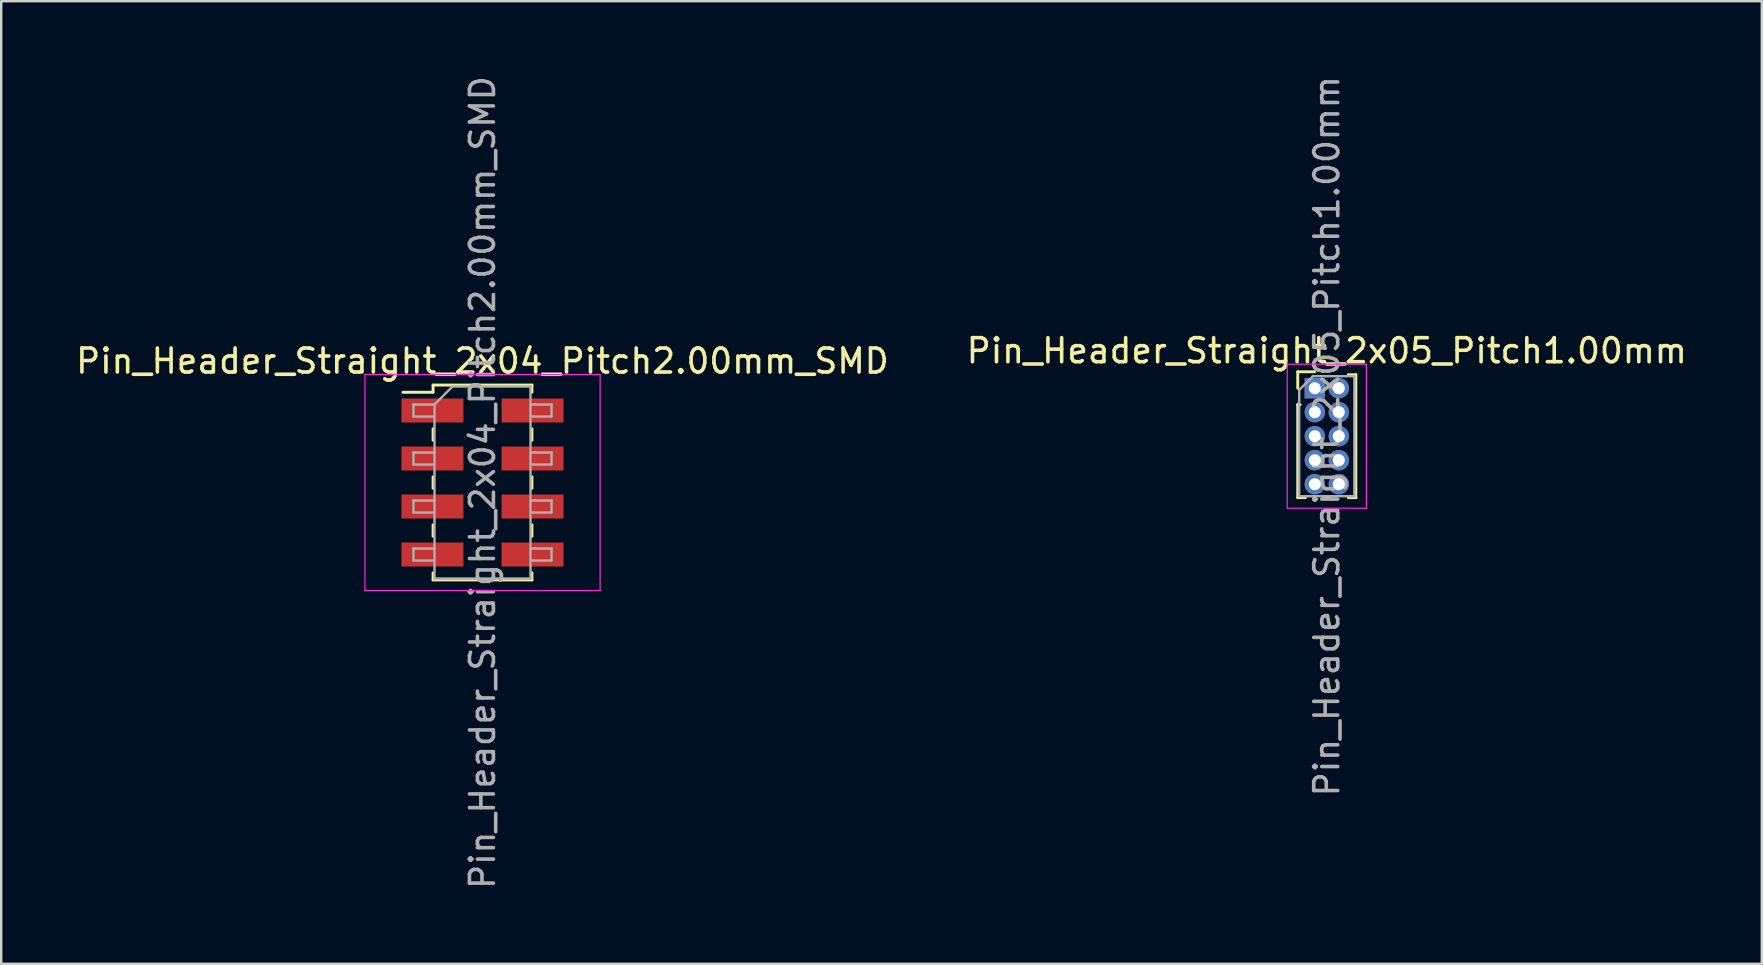
<source format=kicad_pcb>
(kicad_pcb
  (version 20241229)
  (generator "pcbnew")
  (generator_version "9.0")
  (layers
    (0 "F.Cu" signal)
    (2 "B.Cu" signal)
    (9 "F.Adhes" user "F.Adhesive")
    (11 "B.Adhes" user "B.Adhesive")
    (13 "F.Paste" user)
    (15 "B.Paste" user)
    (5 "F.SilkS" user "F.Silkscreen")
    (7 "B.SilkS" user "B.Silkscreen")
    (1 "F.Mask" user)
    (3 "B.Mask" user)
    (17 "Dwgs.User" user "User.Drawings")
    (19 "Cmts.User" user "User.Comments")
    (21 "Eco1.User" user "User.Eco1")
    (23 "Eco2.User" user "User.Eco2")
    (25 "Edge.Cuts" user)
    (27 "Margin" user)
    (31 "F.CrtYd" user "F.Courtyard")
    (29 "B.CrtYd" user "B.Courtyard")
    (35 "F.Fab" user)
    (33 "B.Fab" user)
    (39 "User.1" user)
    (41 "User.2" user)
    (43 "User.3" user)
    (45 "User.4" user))
  (footprint "Pin_Header_Straight_2x04_Pitch2.00mm_SMD"
    (layer "F.Cu")
    (at 17.054 17.054)
    (property "Reference" "Pin_Header_Straight_2x04_Pitch2.00mm_SMD" (at 0 -5.06 0) (layer "F.SilkS") (effects (font (size 1 1) (thickness 0.15))))
    (attr smd)
    (fp_line (start -3.315 -3.76) (end -2.06 -3.76) (stroke (width 0.12) (type solid)) (layer "F.SilkS"))
    (fp_line (start -2.06 -4.06) (end -2.06 -3.76) (stroke (width 0.12) (type solid)) (layer "F.SilkS"))
    (fp_line (start -2.06 -4.06) (end 2.06 -4.06) (stroke (width 0.12) (type solid)) (layer "F.SilkS"))
    (fp_line (start -2.06 -2.24) (end -2.06 -1.76) (stroke (width 0.12) (type solid)) (layer "F.SilkS"))
    (fp_line (start -2.06 -0.24) (end -2.06 0.24) (stroke (width 0.12) (type solid)) (layer "F.SilkS"))
    (fp_line (start -2.06 1.76) (end -2.06 2.24) (stroke (width 0.12) (type solid)) (layer "F.SilkS"))
    (fp_line (start -2.06 3.76) (end -2.06 4.06) (stroke (width 0.12) (type solid)) (layer "F.SilkS"))
    (fp_line (start -2.06 4.06) (end 2.06 4.06) (stroke (width 0.12) (type solid)) (layer "F.SilkS"))
    (fp_line (start 2.06 -4.06) (end 2.06 -3.76) (stroke (width 0.12) (type solid)) (layer "F.SilkS"))
    (fp_line (start 2.06 -2.24) (end 2.06 -1.76) (stroke (width 0.12) (type solid)) (layer "F.SilkS"))
    (fp_line (start 2.06 -0.24) (end 2.06 0.24) (stroke (width 0.12) (type solid)) (layer "F.SilkS"))
    (fp_line (start 2.06 1.76) (end 2.06 2.24) (stroke (width 0.12) (type solid)) (layer "F.SilkS"))
    (fp_line (start 2.06 3.76) (end 2.06 4.06) (stroke (width 0.12) (type solid)) (layer "F.SilkS"))
    (fp_line (start -4.9 -4.5) (end -4.9 4.5) (stroke (width 0.05) (type solid)) (layer "F.CrtYd"))
    (fp_line (start -4.9 4.5) (end 4.9 4.5) (stroke (width 0.05) (type solid)) (layer "F.CrtYd"))
    (fp_line (start 4.9 -4.5) (end -4.9 -4.5) (stroke (width 0.05) (type solid)) (layer "F.CrtYd"))
    (fp_line (start 4.9 4.5) (end 4.9 -4.5) (stroke (width 0.05) (type solid)) (layer "F.CrtYd"))
    (fp_line (start -2.875 -3.25) (end -2.875 -2.75) (stroke (width 0.1) (type solid)) (layer "F.Fab"))
    (fp_line (start -2.875 -2.75) (end -2 -2.75) (stroke (width 0.1) (type solid)) (layer "F.Fab"))
    (fp_line (start -2.875 -1.25) (end -2.875 -0.75) (stroke (width 0.1) (type solid)) (layer "F.Fab"))
    (fp_line (start -2.875 -0.75) (end -2 -0.75) (stroke (width 0.1) (type solid)) (layer "F.Fab"))
    (fp_line (start -2.875 0.75) (end -2.875 1.25) (stroke (width 0.1) (type solid)) (layer "F.Fab"))
    (fp_line (start -2.875 1.25) (end -2 1.25) (stroke (width 0.1) (type solid)) (layer "F.Fab"))
    (fp_line (start -2.875 2.75) (end -2.875 3.25) (stroke (width 0.1) (type solid)) (layer "F.Fab"))
    (fp_line (start -2.875 3.25) (end -2 3.25) (stroke (width 0.1) (type solid)) (layer "F.Fab"))
    (fp_line (start -2 -3.25) (end -2.875 -3.25) (stroke (width 0.1) (type solid)) (layer "F.Fab"))
    (fp_line (start -2 -3.25) (end -1.25 -4) (stroke (width 0.1) (type solid)) (layer "F.Fab"))
    (fp_line (start -2 -1.25) (end -2.875 -1.25) (stroke (width 0.1) (type solid)) (layer "F.Fab"))
    (fp_line (start -2 0.75) (end -2.875 0.75) (stroke (width 0.1) (type solid)) (layer "F.Fab"))
    (fp_line (start -2 2.75) (end -2.875 2.75) (stroke (width 0.1) (type solid)) (layer "F.Fab"))
    (fp_line (start -2 4) (end -2 -3.25) (stroke (width 0.1) (type solid)) (layer "F.Fab"))
    (fp_line (start -1.25 -4) (end 2 -4) (stroke (width 0.1) (type solid)) (layer "F.Fab"))
    (fp_line (start 2 -4) (end 2 4) (stroke (width 0.1) (type solid)) (layer "F.Fab"))
    (fp_line (start 2 -3.25) (end 2.875 -3.25) (stroke (width 0.1) (type solid)) (layer "F.Fab"))
    (fp_line (start 2 -1.25) (end 2.875 -1.25) (stroke (width 0.1) (type solid)) (layer "F.Fab"))
    (fp_line (start 2 0.75) (end 2.875 0.75) (stroke (width 0.1) (type solid)) (layer "F.Fab"))
    (fp_line (start 2 2.75) (end 2.875 2.75) (stroke (width 0.1) (type solid)) (layer "F.Fab"))
    (fp_line (start 2 4) (end -2 4) (stroke (width 0.1) (type solid)) (layer "F.Fab"))
    (fp_line (start 2.875 -3.25) (end 2.875 -2.75) (stroke (width 0.1) (type solid)) (layer "F.Fab"))
    (fp_line (start 2.875 -2.75) (end 2 -2.75) (stroke (width 0.1) (type solid)) (layer "F.Fab"))
    (fp_line (start 2.875 -1.25) (end 2.875 -0.75) (stroke (width 0.1) (type solid)) (layer "F.Fab"))
    (fp_line (start 2.875 -0.75) (end 2 -0.75) (stroke (width 0.1) (type solid)) (layer "F.Fab"))
    (fp_line (start 2.875 0.75) (end 2.875 1.25) (stroke (width 0.1) (type solid)) (layer "F.Fab"))
    (fp_line (start 2.875 1.25) (end 2 1.25) (stroke (width 0.1) (type solid)) (layer "F.Fab"))
    (fp_line (start 2.875 2.75) (end 2.875 3.25) (stroke (width 0.1) (type solid)) (layer "F.Fab"))
    (fp_line (start 2.875 3.25) (end 2 3.25) (stroke (width 0.1) (type solid)) (layer "F.Fab"))
    (fp_text user "${REFERENCE}" (at 0 0 90) (layer "F.Fab") (effects (font (size 1 1) (thickness 0.15))))
    (pad "1" smd rect (at -2.085 -3) (size 2.58 1) (layers "F.Cu" "F.Mask" "F.Paste"))
    (pad "2" smd rect (at 2.085 -3) (size 2.58 1) (layers "F.Cu" "F.Mask" "F.Paste"))
    (pad "3" smd rect (at -2.085 -1) (size 2.58 1) (layers "F.Cu" "F.Mask" "F.Paste"))
    (pad "4" smd rect (at 2.085 -1) (size 2.58 1) (layers "F.Cu" "F.Mask" "F.Paste"))
    (pad "5" smd rect (at -2.085 1) (size 2.58 1) (layers "F.Cu" "F.Mask" "F.Paste"))
    (pad "6" smd rect (at 2.085 1) (size 2.58 1) (layers "F.Cu" "F.Mask" "F.Paste"))
    (pad "7" smd rect (at -2.085 3) (size 2.58 1) (layers "F.Cu" "F.Mask" "F.Paste"))
    (pad "8" smd rect (at 2.085 3) (size 2.58 1) (layers "F.Cu" "F.Mask" "F.Paste")))
  (footprint "Pin_Header_Straight_2x05_Pitch1.00mm"
    (layer "F.Cu")
    (at 51.732 13.125)
    (property "Reference" "Pin_Header_Straight_2x05_Pitch1.00mm" (at 0.5 -1.56 0) (layer "F.SilkS") (effects (font (size 1 1) (thickness 0.15))))
    (attr through_hole)
    (fp_line (start -0.71 -0.685) (end 0 -0.685) (stroke (width 0.12) (type solid)) (layer "F.SilkS"))
    (fp_line (start -0.71 0) (end -0.71 -0.685) (stroke (width 0.12) (type solid)) (layer "F.SilkS"))
    (fp_line (start -0.71 0.685) (end -0.71 4.56) (stroke (width 0.12) (type solid)) (layer "F.SilkS"))
    (fp_line (start -0.71 0.685) (end -0.608 0.685) (stroke (width 0.12) (type solid)) (layer "F.SilkS"))
    (fp_line (start -0.71 4.56) (end -0.394 4.56) (stroke (width 0.12) (type solid)) (layer "F.SilkS"))
    (fp_line (start 0.394 4.56) (end 0.606 4.56) (stroke (width 0.12) (type solid)) (layer "F.SilkS"))
    (fp_line (start 1.394 -0.56) (end 1.71 -0.56) (stroke (width 0.12) (type solid)) (layer "F.SilkS"))
    (fp_line (start 1.394 4.56) (end 1.71 4.56) (stroke (width 0.12) (type solid)) (layer "F.SilkS"))
    (fp_line (start 1.71 -0.56) (end 1.71 4.56) (stroke (width 0.12) (type solid)) (layer "F.SilkS"))
    (fp_line (start -1.15 -1) (end -1.15 5) (stroke (width 0.05) (type solid)) (layer "F.CrtYd"))
    (fp_line (start -1.15 5) (end 2.15 5) (stroke (width 0.05) (type solid)) (layer "F.CrtYd"))
    (fp_line (start 2.15 -1) (end -1.15 -1) (stroke (width 0.05) (type solid)) (layer "F.CrtYd"))
    (fp_line (start 2.15 5) (end 2.15 -1) (stroke (width 0.05) (type solid)) (layer "F.CrtYd"))
    (fp_line (start -0.65 0.075) (end -0.075 -0.5) (stroke (width 0.1) (type solid)) (layer "F.Fab"))
    (fp_line (start -0.65 4.5) (end -0.65 0.075) (stroke (width 0.1) (type solid)) (layer "F.Fab"))
    (fp_line (start -0.075 -0.5) (end 1.65 -0.5) (stroke (width 0.1) (type solid)) (layer "F.Fab"))
    (fp_line (start 1.65 -0.5) (end 1.65 4.5) (stroke (width 0.1) (type solid)) (layer "F.Fab"))
    (fp_line (start 1.65 4.5) (end -0.65 4.5) (stroke (width 0.1) (type solid)) (layer "F.Fab"))
    (fp_text user "${REFERENCE}" (at 0.5 2 90) (layer "F.Fab") (effects (font (size 1 1) (thickness 0.15))))
    (pad "1" thru_hole rect (at 0 0) (size 0.85 0.85) (drill 0.5) (layers "*.Cu" "*.Mask"))
    (pad "2" thru_hole oval (at 1 0) (size 0.85 0.85) (drill 0.5) (layers "*.Cu" "*.Mask"))
    (pad "3" thru_hole oval (at 0 1) (size 0.85 0.85) (drill 0.5) (layers "*.Cu" "*.Mask"))
    (pad "4" thru_hole oval (at 1 1) (size 0.85 0.85) (drill 0.5) (layers "*.Cu" "*.Mask"))
    (pad "5" thru_hole oval (at 0 2) (size 0.85 0.85) (drill 0.5) (layers "*.Cu" "*.Mask"))
    (pad "6" thru_hole oval (at 1 2) (size 0.85 0.85) (drill 0.5) (layers "*.Cu" "*.Mask"))
    (pad "7" thru_hole oval (at 0 3) (size 0.85 0.85) (drill 0.5) (layers "*.Cu" "*.Mask"))
    (pad "8" thru_hole oval (at 1 3) (size 0.85 0.85) (drill 0.5) (layers "*.Cu" "*.Mask"))
    (pad "9" thru_hole oval (at 0 4) (size 0.85 0.85) (drill 0.5) (layers "*.Cu" "*.Mask"))
    (pad "10" thru_hole oval (at 1 4) (size 0.85 0.85) (drill 0.5) (layers "*.Cu" "*.Mask")))
  (gr_rect
    (start -3 -3)
    (end 70.357 37.107)
    (stroke (width 0.1) (type default))
    (fill no)
    (layer "Edge.Cuts")))
</source>
